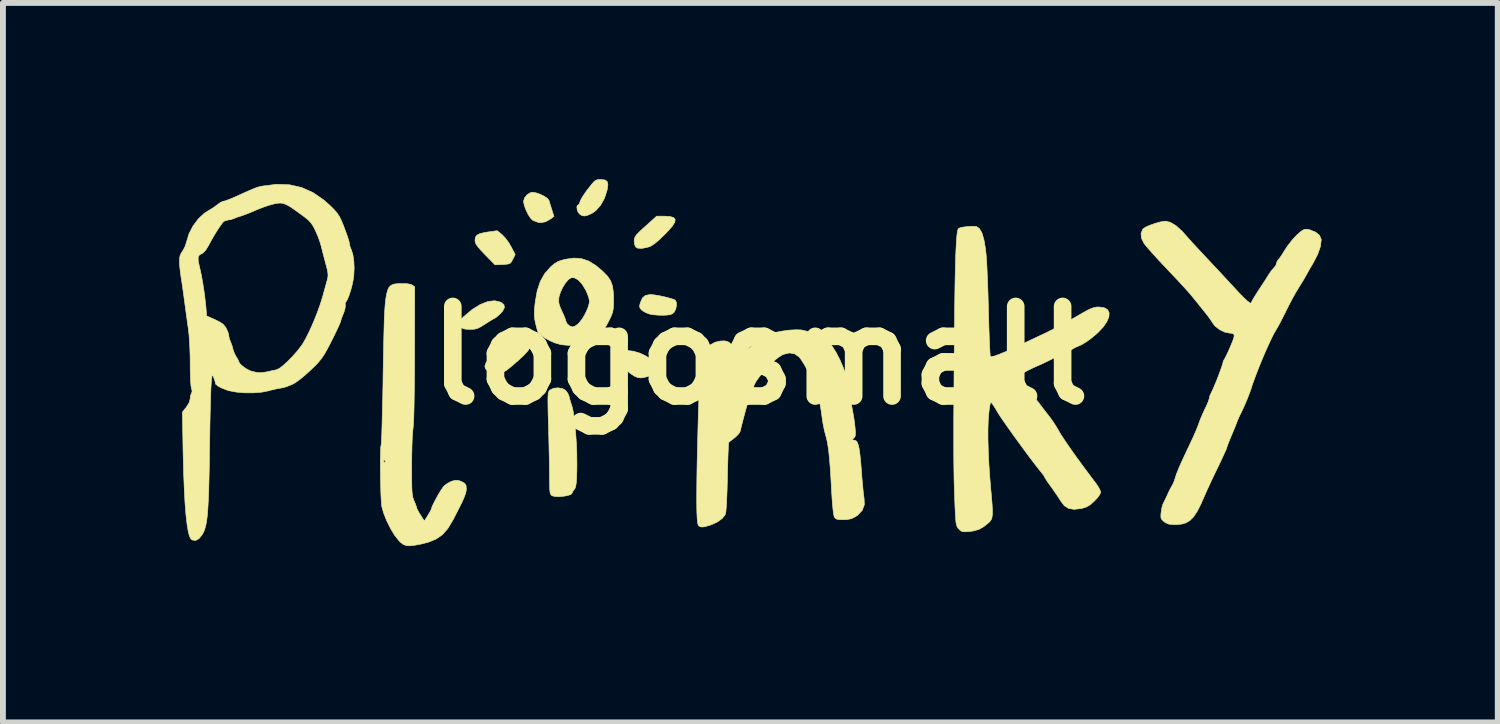
<source format=kicad_pcb>
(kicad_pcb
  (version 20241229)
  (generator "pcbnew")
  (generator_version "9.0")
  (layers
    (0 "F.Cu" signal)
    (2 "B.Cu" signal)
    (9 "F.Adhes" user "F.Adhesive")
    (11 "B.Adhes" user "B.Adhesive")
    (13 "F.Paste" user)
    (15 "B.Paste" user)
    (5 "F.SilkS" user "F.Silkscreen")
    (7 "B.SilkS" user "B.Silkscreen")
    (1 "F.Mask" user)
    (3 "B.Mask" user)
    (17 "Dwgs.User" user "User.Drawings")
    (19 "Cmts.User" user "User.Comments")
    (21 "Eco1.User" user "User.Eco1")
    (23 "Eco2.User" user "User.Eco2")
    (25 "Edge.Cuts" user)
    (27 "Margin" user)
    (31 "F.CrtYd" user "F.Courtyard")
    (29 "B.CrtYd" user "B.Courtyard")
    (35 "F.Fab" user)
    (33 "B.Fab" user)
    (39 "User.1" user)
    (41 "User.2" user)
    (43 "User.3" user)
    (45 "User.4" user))
  (footprint "logosmall"
    (layer "F.Cu")
    (at 9.881 3)
    (property "Reference" "logosmall" (at 0 0 0) (layer "F.SilkS") (effects (font (size 1.524 1.524) (thickness 0.3))))
    (attr through_hole)
    (fp_poly (pts (xy -4.389 -2.059) (xy -4.335 -2.003) (xy -4.277 -1.926) (xy -4.236 -1.856) (xy -4.164 -1.719) (xy -4.204 -1.638) (xy -4.228 -1.593) (xy -4.252 -1.568) (xy -4.29 -1.556) (xy -4.355 -1.55) (xy -4.375 -1.549) (xy -4.506 -1.543) (xy -4.677 -1.717) (xy -4.753 -1.797) (xy -4.803 -1.856) (xy -4.832 -1.899) (xy -4.845 -1.936) (xy -4.847 -1.959) (xy -4.841 -2.011) (xy -4.816 -2.047) (xy -4.767 -2.073) (xy -4.687 -2.092) (xy -4.628 -2.102) (xy -4.471 -2.124) (xy -4.389 -2.059)) (stroke (width 0.01) (type solid)) (fill yes) (layer "F.SilkS"))
    (fp_poly (pts (xy -3.807 -2.768) (xy -3.735 -2.743) (xy -3.666 -2.708) (xy -3.612 -2.671) (xy -3.588 -2.638) (xy -3.575 -2.593) (xy -3.554 -2.525) (xy -3.54 -2.48) (xy -3.504 -2.368) (xy -3.556 -2.327) (xy -3.649 -2.275) (xy -3.736 -2.26) (xy -3.769 -2.265) (xy -3.83 -2.287) (xy -3.868 -2.304) (xy -3.903 -2.339) (xy -3.943 -2.401) (xy -3.98 -2.477) (xy -4.008 -2.553) (xy -4.021 -2.616) (xy -4.022 -2.624) (xy -4.003 -2.685) (xy -3.958 -2.739) (xy -3.899 -2.773) (xy -3.869 -2.778) (xy -3.807 -2.768)) (stroke (width 0.01) (type solid)) (fill yes) (layer "F.SilkS"))
    (fp_poly (pts (xy -1.528 -2.365) (xy -1.467 -2.347) (xy -1.441 -2.315) (xy -1.449 -2.266) (xy -1.492 -2.199) (xy -1.57 -2.11) (xy -1.625 -2.054) (xy -1.72 -1.963) (xy -1.795 -1.901) (xy -1.855 -1.862) (xy -1.897 -1.846) (xy -2.004 -1.823) (xy -2.079 -1.827) (xy -2.112 -1.846) (xy -2.129 -1.883) (xy -2.138 -1.94) (xy -2.138 -1.95) (xy -2.135 -1.985) (xy -2.124 -2.017) (xy -2.1 -2.053) (xy -2.056 -2.099) (xy -1.988 -2.163) (xy -1.947 -2.199) (xy -1.756 -2.371) (xy -1.623 -2.371) (xy -1.528 -2.365)) (stroke (width 0.01) (type solid)) (fill yes) (layer "F.SilkS"))
    (fp_poly (pts (xy -2.152 -0.073) (xy -2.05 -0.043) (xy -1.951 0.002) (xy -1.865 0.056) (xy -1.799 0.114) (xy -1.762 0.172) (xy -1.757 0.2) (xy -1.776 0.259) (xy -1.828 0.313) (xy -1.902 0.355) (xy -1.987 0.378) (xy -2.026 0.381) (xy -2.073 0.376) (xy -2.12 0.359) (xy -2.178 0.323) (xy -2.256 0.265) (xy -2.261 0.26) (xy -2.331 0.201) (xy -2.386 0.147) (xy -2.42 0.105) (xy -2.426 0.093) (xy -2.425 0.043) (xy -2.405 -0.016) (xy -2.404 -0.019) (xy -2.381 -0.056) (xy -2.355 -0.076) (xy -2.311 -0.083) (xy -2.248 -0.084) (xy -2.152 -0.073)) (stroke (width 0.01) (type solid)) (fill yes) (layer "F.SilkS"))
    (fp_poly (pts (xy -4.411 -0.908) (xy -4.403 -0.904) (xy -4.355 -0.865) (xy -4.347 -0.815) (xy -4.379 -0.753) (xy -4.417 -0.712) (xy -4.464 -0.669) (xy -4.499 -0.641) (xy -4.51 -0.635) (xy -4.533 -0.624) (xy -4.581 -0.595) (xy -4.647 -0.554) (xy -4.668 -0.54) (xy -4.746 -0.491) (xy -4.804 -0.462) (xy -4.857 -0.448) (xy -4.92 -0.445) (xy -4.933 -0.445) (xy -5.014 -0.449) (xy -5.065 -0.465) (xy -5.087 -0.483) (xy -5.116 -0.528) (xy -5.115 -0.571) (xy -5.08 -0.621) (xy -5.043 -0.658) (xy -4.897 -0.781) (xy -4.758 -0.868) (xy -4.63 -0.918) (xy -4.513 -0.932) (xy -4.411 -0.908)) (stroke (width 0.01) (type solid)) (fill yes) (layer "F.SilkS"))
    (fp_poly (pts (xy -1.795 -1.031) (xy -1.714 -1.018) (xy -1.624 -0.999) (xy -1.539 -0.977) (xy -1.473 -0.957) (xy -1.442 -0.943) (xy -1.422 -0.91) (xy -1.419 -0.854) (xy -1.431 -0.792) (xy -1.457 -0.74) (xy -1.458 -0.739) (xy -1.486 -0.712) (xy -1.524 -0.696) (xy -1.583 -0.688) (xy -1.643 -0.685) (xy -1.734 -0.687) (xy -1.822 -0.695) (xy -1.878 -0.706) (xy -1.946 -0.732) (xy -2.003 -0.767) (xy -2.013 -0.776) (xy -2.041 -0.81) (xy -2.047 -0.843) (xy -2.034 -0.896) (xy -2.032 -0.903) (xy -1.998 -0.979) (xy -1.95 -1.021) (xy -1.879 -1.036) (xy -1.853 -1.037) (xy -1.795 -1.031)) (stroke (width 0.01) (type solid)) (fill yes) (layer "F.SilkS"))
    (fp_poly (pts (xy -4.012 -0.285) (xy -3.971 -0.268) (xy -3.925 -0.23) (xy -3.905 -0.188) (xy -3.911 -0.14) (xy -3.946 -0.081) (xy -4.012 -0.008) (xy -4.11 0.083) (xy -4.174 0.139) (xy -4.255 0.207) (xy -4.313 0.252) (xy -4.356 0.278) (xy -4.395 0.292) (xy -4.437 0.296) (xy -4.471 0.296) (xy -4.556 0.289) (xy -4.62 0.27) (xy -4.631 0.263) (xy -4.669 0.225) (xy -4.68 0.181) (xy -4.661 0.127) (xy -4.612 0.057) (xy -4.529 -0.031) (xy -4.514 -0.046) (xy -4.439 -0.116) (xy -4.368 -0.179) (xy -4.309 -0.224) (xy -4.281 -0.242) (xy -4.188 -0.276) (xy -4.094 -0.291) (xy -4.012 -0.285)) (stroke (width 0.01) (type solid)) (fill yes) (layer "F.SilkS"))
    (fp_poly (pts (xy -2.64 -2.988) (xy -2.6 -2.964) (xy -2.586 -2.915) (xy -2.595 -2.835) (xy -2.601 -2.81) (xy -2.644 -2.676) (xy -2.71 -2.558) (xy -2.79 -2.467) (xy -2.857 -2.42) (xy -2.933 -2.386) (xy -2.986 -2.374) (xy -3.03 -2.383) (xy -3.064 -2.404) (xy -3.092 -2.437) (xy -3.109 -2.484) (xy -3.114 -2.529) (xy -3.103 -2.558) (xy -3.092 -2.561) (xy -3.074 -2.579) (xy -3.059 -2.619) (xy -3.041 -2.662) (xy -3.002 -2.726) (xy -2.95 -2.801) (xy -2.923 -2.836) (xy -2.865 -2.91) (xy -2.824 -2.957) (xy -2.792 -2.982) (xy -2.759 -2.993) (xy -2.717 -2.995) (xy -2.71 -2.995) (xy -2.64 -2.988)) (stroke (width 0.01) (type solid)) (fill yes) (layer "F.SilkS"))
    (fp_poly (pts (xy -3.357 0.564) (xy -3.306 0.593) (xy -3.267 0.645) (xy -3.247 0.694) (xy -3.234 0.746) (xy -3.212 0.819) (xy -3.196 0.868) (xy -3.178 0.945) (xy -3.16 1.057) (xy -3.145 1.195) (xy -3.132 1.351) (xy -3.121 1.517) (xy -3.115 1.685) (xy -3.113 1.847) (xy -3.114 1.961) (xy -3.119 2.08) (xy -3.124 2.165) (xy -3.133 2.221) (xy -3.144 2.258) (xy -3.159 2.28) (xy -3.187 2.319) (xy -3.196 2.343) (xy -3.215 2.364) (xy -3.265 2.381) (xy -3.332 2.394) (xy -3.406 2.401) (xy -3.475 2.4) (xy -3.525 2.39) (xy -3.53 2.388) (xy -3.548 2.377) (xy -3.561 2.361) (xy -3.57 2.332) (xy -3.575 2.285) (xy -3.577 2.211) (xy -3.579 2.105) (xy -3.579 2.055) (xy -3.58 1.945) (xy -3.582 1.803) (xy -3.586 1.639) (xy -3.59 1.464) (xy -3.594 1.288) (xy -3.597 1.185) (xy -3.602 1.017) (xy -3.605 0.885) (xy -3.606 0.786) (xy -3.606 0.714) (xy -3.603 0.664) (xy -3.598 0.63) (xy -3.59 0.609) (xy -3.579 0.595) (xy -3.572 0.587) (xy -3.511 0.558) (xy -3.433 0.55) (xy -3.357 0.564)) (stroke (width 0.01) (type solid)) (fill yes) (layer "F.SilkS"))
    (fp_poly (pts (xy -3.038 -1.649) (xy -2.917 -1.609) (xy -2.794 -1.534) (xy -2.673 -1.433) (xy -2.595 -1.353) (xy -2.542 -1.276) (xy -2.51 -1.19) (xy -2.494 -1.084) (xy -2.489 -0.963) (xy -2.49 -0.864) (xy -2.495 -0.793) (xy -2.506 -0.735) (xy -2.527 -0.678) (xy -2.561 -0.606) (xy -2.568 -0.593) (xy -2.608 -0.516) (xy -2.643 -0.462) (xy -2.684 -0.42) (xy -2.741 -0.377) (xy -2.819 -0.328) (xy -2.976 -0.242) (xy -3.118 -0.191) (xy -3.252 -0.172) (xy -3.385 -0.185) (xy -3.489 -0.215) (xy -3.572 -0.251) (xy -3.655 -0.297) (xy -3.726 -0.346) (xy -3.771 -0.39) (xy -3.772 -0.391) (xy -3.784 -0.421) (xy -3.8 -0.479) (xy -3.818 -0.551) (xy -3.832 -0.622) (xy -3.838 -0.687) (xy -3.837 -0.759) (xy -3.829 -0.852) (xy -3.821 -0.918) (xy -3.819 -0.93) (xy -3.424 -0.93) (xy -3.417 -0.876) (xy -3.395 -0.812) (xy -3.368 -0.753) (xy -3.335 -0.681) (xy -3.312 -0.623) (xy -3.302 -0.59) (xy -3.302 -0.589) (xy -3.284 -0.546) (xy -3.243 -0.507) (xy -3.193 -0.487) (xy -3.186 -0.487) (xy -3.144 -0.501) (xy -3.093 -0.538) (xy -3.075 -0.556) (xy -3.019 -0.627) (xy -2.968 -0.716) (xy -2.927 -0.809) (xy -2.903 -0.892) (xy -2.9 -0.923) (xy -2.909 -0.976) (xy -2.934 -1.049) (xy -2.963 -1.114) (xy -3.025 -1.216) (xy -3.091 -1.287) (xy -3.158 -1.323) (xy -3.209 -1.324) (xy -3.255 -1.295) (xy -3.306 -1.237) (xy -3.355 -1.16) (xy -3.394 -1.076) (xy -3.418 -0.996) (xy -3.419 -0.99) (xy -3.424 -0.93) (xy -3.819 -0.93) (xy -3.788 -1.105) (xy -3.736 -1.26) (xy -3.663 -1.391) (xy -3.565 -1.503) (xy -3.56 -1.508) (xy -3.494 -1.564) (xy -3.432 -1.6) (xy -3.355 -1.626) (xy -3.307 -1.638) (xy -3.166 -1.658) (xy -3.038 -1.649)) (stroke (width 0.01) (type solid)) (fill yes) (layer "F.SilkS"))
    (fp_poly (pts (xy -6.012 -1.223) (xy -5.942 -1.211) (xy -5.919 -1.2) (xy -5.874 -1.17) (xy -5.876 -0.04) (xy -5.877 0.237) (xy -5.879 0.485) (xy -5.882 0.703) (xy -5.885 0.888) (xy -5.889 1.037) (xy -5.894 1.15) (xy -5.9 1.223) (xy -5.902 1.238) (xy -5.909 1.303) (xy -5.915 1.402) (xy -5.92 1.526) (xy -5.923 1.667) (xy -5.925 1.817) (xy -5.926 1.884) (xy -5.925 2.044) (xy -5.924 2.169) (xy -5.922 2.263) (xy -5.918 2.332) (xy -5.911 2.384) (xy -5.903 2.424) (xy -5.891 2.458) (xy -5.884 2.474) (xy -5.859 2.533) (xy -5.844 2.577) (xy -5.842 2.588) (xy -5.831 2.617) (xy -5.804 2.668) (xy -5.776 2.713) (xy -5.71 2.816) (xy -5.649 2.72) (xy -5.615 2.663) (xy -5.593 2.62) (xy -5.588 2.606) (xy -5.578 2.572) (xy -5.55 2.513) (xy -5.512 2.44) (xy -5.469 2.362) (xy -5.426 2.292) (xy -5.39 2.239) (xy -5.377 2.223) (xy -5.318 2.177) (xy -5.247 2.141) (xy -5.235 2.137) (xy -5.171 2.123) (xy -5.12 2.129) (xy -5.072 2.148) (xy -5.022 2.177) (xy -5 2.21) (xy -4.995 2.265) (xy -4.995 2.267) (xy -4.998 2.305) (xy -5.009 2.351) (xy -5.03 2.408) (xy -5.063 2.484) (xy -5.111 2.582) (xy -5.176 2.709) (xy -5.226 2.805) (xy -5.31 2.944) (xy -5.401 3.048) (xy -5.508 3.123) (xy -5.641 3.177) (xy -5.758 3.207) (xy -5.874 3.229) (xy -5.959 3.239) (xy -6.023 3.233) (xy -6.073 3.212) (xy -6.121 3.173) (xy -6.147 3.146) (xy -6.217 3.056) (xy -6.287 2.939) (xy -6.352 2.809) (xy -6.402 2.682) (xy -6.433 2.572) (xy -6.439 2.516) (xy -6.445 2.431) (xy -6.45 2.323) (xy -6.453 2.199) (xy -6.456 2.068) (xy -6.457 1.936) (xy -6.458 1.811) (xy -6.457 1.791) (xy -6.406 1.791) (xy -6.403 1.799) (xy -6.384 1.819) (xy -6.381 1.82) (xy -6.371 1.804) (xy -6.371 1.799) (xy -6.387 1.779) (xy -6.394 1.778) (xy -6.406 1.791) (xy -6.457 1.791) (xy -6.456 1.699) (xy -6.454 1.609) (xy -6.45 1.548) (xy -6.445 1.523) (xy -6.442 1.498) (xy -6.438 1.435) (xy -6.434 1.337) (xy -6.43 1.209) (xy -6.426 1.054) (xy -6.422 0.878) (xy -6.417 0.683) (xy -6.413 0.473) (xy -6.412 0.374) (xy -6.407 0.077) (xy -6.402 -0.18) (xy -6.397 -0.4) (xy -6.392 -0.587) (xy -6.385 -0.743) (xy -6.376 -0.871) (xy -6.364 -0.973) (xy -6.35 -1.053) (xy -6.333 -1.113) (xy -6.312 -1.157) (xy -6.286 -1.187) (xy -6.255 -1.205) (xy -6.219 -1.216) (xy -6.176 -1.221) (xy -6.127 -1.223) (xy -6.118 -1.223) (xy -6.012 -1.223)) (stroke (width 0.01) (type solid)) (fill yes) (layer "F.SilkS"))
    (fp_poly (pts (xy 0.703 -0.435) (xy 0.848 -0.403) (xy 0.99 -0.345) (xy 1.118 -0.266) (xy 1.218 -0.173) (xy 1.232 -0.155) (xy 1.297 -0.054) (xy 1.362 0.072) (xy 1.423 0.214) (xy 1.475 0.36) (xy 1.516 0.5) (xy 1.54 0.622) (xy 1.545 0.691) (xy 1.55 0.76) (xy 1.561 0.848) (xy 1.575 0.925) (xy 1.594 1.026) (xy 1.611 1.141) (xy 1.62 1.223) (xy 1.627 1.305) (xy 1.626 1.355) (xy 1.617 1.386) (xy 1.597 1.406) (xy 1.596 1.408) (xy 1.569 1.431) (xy 1.577 1.438) (xy 1.6 1.439) (xy 1.629 1.446) (xy 1.653 1.469) (xy 1.672 1.514) (xy 1.689 1.583) (xy 1.703 1.683) (xy 1.717 1.816) (xy 1.728 1.958) (xy 1.738 2.089) (xy 1.749 2.211) (xy 1.759 2.315) (xy 1.768 2.392) (xy 1.774 2.434) (xy 1.778 2.541) (xy 1.741 2.636) (xy 1.665 2.717) (xy 1.628 2.742) (xy 1.561 2.776) (xy 1.488 2.791) (xy 1.419 2.794) (xy 1.346 2.792) (xy 1.303 2.783) (xy 1.278 2.763) (xy 1.267 2.746) (xy 1.257 2.709) (xy 1.247 2.637) (xy 1.237 2.538) (xy 1.228 2.42) (xy 1.224 2.349) (xy 1.211 2.119) (xy 1.199 1.926) (xy 1.186 1.767) (xy 1.173 1.636) (xy 1.158 1.529) (xy 1.142 1.442) (xy 1.124 1.37) (xy 1.122 1.365) (xy 1.097 1.268) (xy 1.074 1.153) (xy 1.058 1.044) (xy 1.057 1.037) (xy 1.044 0.94) (xy 1.027 0.845) (xy 1.01 0.772) (xy 1.007 0.762) (xy 0.985 0.685) (xy 0.966 0.611) (xy 0.962 0.593) (xy 0.943 0.53) (xy 0.906 0.442) (xy 0.857 0.341) (xy 0.803 0.237) (xy 0.749 0.141) (xy 0.7 0.065) (xy 0.67 0.026) (xy 0.593 -0.028) (xy 0.502 -0.044) (xy 0.402 -0.02) (xy 0.375 -0.007) (xy 0.307 0.037) (xy 0.229 0.103) (xy 0.147 0.183) (xy 0.067 0.27) (xy -0.005 0.357) (xy -0.062 0.437) (xy -0.097 0.502) (xy -0.106 0.538) (xy -0.116 0.576) (xy -0.141 0.629) (xy -0.146 0.639) (xy -0.166 0.685) (xy -0.193 0.764) (xy -0.225 0.868) (xy -0.258 0.988) (xy -0.292 1.117) (xy -0.324 1.245) (xy -0.333 1.286) (xy -0.355 1.326) (xy -0.401 1.376) (xy -0.431 1.401) (xy -0.483 1.441) (xy -0.519 1.469) (xy -0.529 1.477) (xy -0.532 1.499) (xy -0.536 1.559) (xy -0.54 1.649) (xy -0.544 1.766) (xy -0.548 1.903) (xy -0.552 2.055) (xy -0.552 2.071) (xy -0.557 2.28) (xy -0.564 2.448) (xy -0.571 2.574) (xy -0.579 2.66) (xy -0.589 2.707) (xy -0.59 2.71) (xy -0.641 2.773) (xy -0.723 2.833) (xy -0.827 2.88) (xy -0.859 2.891) (xy -0.933 2.912) (xy -0.979 2.919) (xy -1.011 2.914) (xy -1.036 2.901) (xy -1.05 2.883) (xy -1.059 2.844) (xy -1.066 2.778) (xy -1.071 2.68) (xy -1.073 2.6) (xy -1.074 2.503) (xy -1.074 2.377) (xy -1.073 2.226) (xy -1.071 2.057) (xy -1.068 1.873) (xy -1.064 1.681) (xy -1.059 1.484) (xy -1.054 1.289) (xy -1.049 1.099) (xy -1.044 0.921) (xy -1.038 0.759) (xy -1.032 0.618) (xy -1.027 0.504) (xy -1.022 0.421) (xy -1.017 0.374) (xy -1.016 0.37) (xy -1.004 0.307) (xy -0.988 0.219) (xy -0.973 0.127) (xy -0.972 0.123) (xy -0.943 -0.014) (xy -0.9 -0.114) (xy -0.841 -0.183) (xy -0.76 -0.226) (xy -0.674 -0.246) (xy -0.598 -0.249) (xy -0.541 -0.233) (xy -0.519 -0.22) (xy -0.455 -0.155) (xy -0.418 -0.069) (xy -0.416 0.024) (xy -0.416 0.025) (xy -0.429 0.095) (xy -0.336 0.009) (xy -0.236 -0.081) (xy -0.134 -0.168) (xy -0.038 -0.245) (xy 0.043 -0.305) (xy 0.085 -0.332) (xy 0.158 -0.364) (xy 0.261 -0.392) (xy 0.38 -0.415) (xy 0.504 -0.432) (xy 0.619 -0.438) (xy 0.703 -0.435)) (stroke (width 0.01) (type solid)) (fill yes) (layer "F.SilkS"))
    (fp_poly (pts (xy 3.676 -2.196) (xy 3.688 -2.194) (xy 3.737 -2.16) (xy 3.779 -2.086) (xy 3.813 -1.973) (xy 3.839 -1.823) (xy 3.852 -1.704) (xy 3.858 -1.62) (xy 3.865 -1.5) (xy 3.871 -1.354) (xy 3.878 -1.187) (xy 3.884 -1.008) (xy 3.889 -0.823) (xy 3.891 -0.729) (xy 3.896 -0.558) (xy 3.901 -0.4) (xy 3.906 -0.26) (xy 3.911 -0.143) (xy 3.916 -0.055) (xy 3.92 -0.001) (xy 3.923 0.016) (xy 3.944 0.021) (xy 3.991 0.01) (xy 4.068 -0.018) (xy 4.177 -0.063) (xy 4.319 -0.127) (xy 4.413 -0.171) (xy 4.502 -0.213) (xy 4.613 -0.265) (xy 4.733 -0.322) (xy 4.836 -0.37) (xy 4.952 -0.427) (xy 5.088 -0.497) (xy 5.229 -0.573) (xy 5.358 -0.646) (xy 5.377 -0.657) (xy 5.489 -0.722) (xy 5.572 -0.768) (xy 5.635 -0.798) (xy 5.684 -0.815) (xy 5.728 -0.824) (xy 5.771 -0.826) (xy 5.861 -0.813) (xy 5.919 -0.779) (xy 5.944 -0.726) (xy 5.94 -0.657) (xy 5.906 -0.577) (xy 5.845 -0.487) (xy 5.756 -0.392) (xy 5.642 -0.295) (xy 5.567 -0.24) (xy 5.502 -0.2) (xy 5.443 -0.169) (xy 5.419 -0.159) (xy 5.361 -0.134) (xy 5.313 -0.106) (xy 5.255 -0.073) (xy 5.207 -0.053) (xy 5.161 -0.035) (xy 5.094 -0.003) (xy 5.027 0.031) (xy 4.946 0.073) (xy 4.844 0.122) (xy 4.742 0.169) (xy 4.72 0.178) (xy 4.634 0.217) (xy 4.559 0.254) (xy 4.506 0.283) (xy 4.493 0.292) (xy 4.446 0.328) (xy 4.497 0.439) (xy 4.531 0.499) (xy 4.583 0.582) (xy 4.648 0.675) (xy 4.714 0.763) (xy 4.784 0.854) (xy 4.851 0.942) (xy 4.909 1.016) (xy 4.946 1.065) (xy 4.997 1.136) (xy 5.044 1.21) (xy 5.059 1.236) (xy 5.121 1.342) (xy 5.211 1.478) (xy 5.327 1.645) (xy 5.471 1.844) (xy 5.642 2.074) (xy 5.725 2.183) (xy 5.766 2.245) (xy 5.793 2.3) (xy 5.8 2.328) (xy 5.784 2.368) (xy 5.742 2.425) (xy 5.694 2.476) (xy 5.625 2.538) (xy 5.564 2.575) (xy 5.494 2.598) (xy 5.468 2.604) (xy 5.349 2.618) (xy 5.256 2.603) (xy 5.182 2.557) (xy 5.126 2.484) (xy 5.086 2.421) (xy 5.031 2.34) (xy 4.972 2.255) (xy 4.959 2.237) (xy 4.909 2.168) (xy 4.871 2.111) (xy 4.85 2.077) (xy 4.848 2.071) (xy 4.835 2.046) (xy 4.805 2.007) (xy 4.749 1.938) (xy 4.677 1.845) (xy 4.593 1.735) (xy 4.503 1.613) (xy 4.409 1.485) (xy 4.317 1.358) (xy 4.231 1.237) (xy 4.154 1.128) (xy 4.092 1.037) (xy 4.049 0.97) (xy 4.033 0.942) (xy 3.996 0.88) (xy 3.961 0.828) (xy 3.943 0.806) (xy 3.93 0.8) (xy 3.921 0.817) (xy 3.912 0.863) (xy 3.901 0.942) (xy 3.897 0.976) (xy 3.887 1.096) (xy 3.882 1.25) (xy 3.882 1.432) (xy 3.888 1.635) (xy 3.898 1.85) (xy 3.913 2.07) (xy 3.928 2.252) (xy 3.943 2.415) (xy 3.953 2.541) (xy 3.958 2.637) (xy 3.957 2.707) (xy 3.95 2.758) (xy 3.937 2.794) (xy 3.917 2.822) (xy 3.9 2.84) (xy 3.81 2.913) (xy 3.728 2.959) (xy 3.637 2.985) (xy 3.577 2.994) (xy 3.501 3) (xy 3.454 2.998) (xy 3.422 2.985) (xy 3.391 2.958) (xy 3.386 2.952) (xy 3.369 2.933) (xy 3.356 2.911) (xy 3.346 2.882) (xy 3.338 2.839) (xy 3.332 2.776) (xy 3.327 2.688) (xy 3.321 2.569) (xy 3.316 2.438) (xy 3.312 2.322) (xy 3.308 2.203) (xy 3.305 2.08) (xy 3.303 1.947) (xy 3.301 1.804) (xy 3.3 1.645) (xy 3.3 1.468) (xy 3.3 1.27) (xy 3.3 1.048) (xy 3.302 0.799) (xy 3.304 0.519) (xy 3.306 0.205) (xy 3.309 -0.145) (xy 3.312 -0.434) (xy 3.315 -0.763) (xy 3.319 -1.051) (xy 3.323 -1.302) (xy 3.328 -1.515) (xy 3.333 -1.695) (xy 3.34 -1.842) (xy 3.347 -1.959) (xy 3.354 -2.048) (xy 3.363 -2.11) (xy 3.373 -2.148) (xy 3.381 -2.162) (xy 3.413 -2.175) (xy 3.473 -2.187) (xy 3.547 -2.195) (xy 3.619 -2.199) (xy 3.676 -2.196)) (stroke (width 0.01) (type solid)) (fill yes) (layer "F.SilkS"))
    (fp_poly (pts (xy 6.985 -2.267) (xy 7.081 -2.21) (xy 7.182 -2.12) (xy 7.227 -2.07) (xy 7.284 -2.005) (xy 7.361 -1.919) (xy 7.45 -1.823) (xy 7.54 -1.726) (xy 7.563 -1.702) (xy 7.657 -1.602) (xy 7.768 -1.483) (xy 7.886 -1.357) (xy 7.999 -1.235) (xy 8.051 -1.179) (xy 8.157 -1.064) (xy 8.24 -0.98) (xy 8.299 -0.925) (xy 8.339 -0.896) (xy 8.361 -0.891) (xy 8.368 -0.909) (xy 8.379 -0.934) (xy 8.409 -0.985) (xy 8.453 -1.056) (xy 8.491 -1.115) (xy 8.548 -1.202) (xy 8.602 -1.284) (xy 8.643 -1.35) (xy 8.66 -1.377) (xy 8.7 -1.436) (xy 8.742 -1.485) (xy 8.748 -1.492) (xy 8.781 -1.533) (xy 8.791 -1.567) (xy 8.807 -1.611) (xy 8.822 -1.629) (xy 8.849 -1.661) (xy 8.886 -1.716) (xy 8.915 -1.764) (xy 8.98 -1.863) (xy 9.059 -1.965) (xy 9.142 -2.054) (xy 9.215 -2.117) (xy 9.263 -2.145) (xy 9.308 -2.15) (xy 9.359 -2.139) (xy 9.459 -2.099) (xy 9.525 -2.044) (xy 9.553 -1.977) (xy 9.553 -1.963) (xy 9.539 -1.852) (xy 9.494 -1.724) (xy 9.417 -1.575) (xy 9.406 -1.556) (xy 9.36 -1.479) (xy 9.316 -1.4) (xy 9.297 -1.365) (xy 9.262 -1.304) (xy 9.214 -1.225) (xy 9.163 -1.144) (xy 9.163 -1.143) (xy 9.118 -1.069) (xy 9.063 -0.969) (xy 9.004 -0.858) (xy 8.951 -0.751) (xy 8.901 -0.651) (xy 8.854 -0.56) (xy 8.815 -0.487) (xy 8.788 -0.442) (xy 8.786 -0.438) (xy 8.75 -0.378) (xy 8.704 -0.286) (xy 8.65 -0.169) (xy 8.591 -0.037) (xy 8.532 0.104) (xy 8.475 0.245) (xy 8.424 0.379) (xy 8.381 0.497) (xy 8.358 0.572) (xy 8.333 0.641) (xy 8.297 0.734) (xy 8.255 0.834) (xy 8.213 0.926) (xy 8.179 0.996) (xy 8.175 1.003) (xy 8.153 1.05) (xy 8.127 1.111) (xy 8.124 1.119) (xy 8.103 1.174) (xy 8.071 1.254) (xy 8.034 1.343) (xy 8.02 1.375) (xy 7.987 1.456) (xy 7.961 1.522) (xy 7.947 1.564) (xy 7.945 1.573) (xy 7.936 1.598) (xy 7.911 1.653) (xy 7.874 1.734) (xy 7.828 1.832) (xy 7.789 1.913) (xy 7.731 2.032) (xy 7.676 2.149) (xy 7.627 2.255) (xy 7.589 2.338) (xy 7.575 2.371) (xy 7.505 2.53) (xy 7.442 2.653) (xy 7.382 2.744) (xy 7.32 2.807) (xy 7.251 2.848) (xy 7.171 2.87) (xy 7.076 2.878) (xy 7.045 2.878) (xy 6.961 2.87) (xy 6.899 2.843) (xy 6.878 2.827) (xy 6.842 2.793) (xy 6.826 2.76) (xy 6.825 2.71) (xy 6.829 2.671) (xy 6.84 2.6) (xy 6.855 2.543) (xy 6.862 2.526) (xy 6.881 2.487) (xy 6.911 2.424) (xy 6.941 2.36) (xy 6.974 2.289) (xy 7.005 2.231) (xy 7.023 2.201) (xy 7.042 2.162) (xy 7.064 2.101) (xy 7.073 2.069) (xy 7.09 2.017) (xy 7.123 1.935) (xy 7.167 1.833) (xy 7.22 1.718) (xy 7.264 1.625) (xy 7.321 1.504) (xy 7.375 1.388) (xy 7.42 1.286) (xy 7.453 1.205) (xy 7.468 1.164) (xy 7.498 1.083) (xy 7.539 0.987) (xy 7.577 0.905) (xy 7.612 0.832) (xy 7.637 0.77) (xy 7.648 0.731) (xy 7.648 0.729) (xy 7.658 0.686) (xy 7.68 0.638) (xy 7.703 0.592) (xy 7.733 0.522) (xy 7.769 0.436) (xy 7.805 0.344) (xy 7.837 0.257) (xy 7.863 0.184) (xy 7.879 0.135) (xy 7.881 0.121) (xy 7.894 0.08) (xy 7.9 0.073) (xy 7.916 0.046) (xy 7.944 -0.01) (xy 7.98 -0.087) (xy 8.006 -0.147) (xy 8.047 -0.245) (xy 8.069 -0.311) (xy 8.072 -0.351) (xy 8.054 -0.372) (xy 8.016 -0.38) (xy 7.995 -0.381) (xy 7.912 -0.398) (xy 7.823 -0.441) (xy 7.748 -0.5) (xy 7.712 -0.545) (xy 7.668 -0.613) (xy 7.62 -0.679) (xy 7.613 -0.687) (xy 7.577 -0.733) (xy 7.523 -0.8) (xy 7.462 -0.877) (xy 7.435 -0.91) (xy 7.393 -0.962) (xy 7.356 -1.007) (xy 7.32 -1.05) (xy 7.281 -1.095) (xy 7.234 -1.147) (xy 7.175 -1.211) (xy 7.1 -1.292) (xy 7.004 -1.393) (xy 6.885 -1.52) (xy 6.87 -1.535) (xy 6.778 -1.633) (xy 6.694 -1.726) (xy 6.621 -1.808) (xy 6.567 -1.871) (xy 6.537 -1.91) (xy 6.495 -1.996) (xy 6.487 -2.077) (xy 6.514 -2.144) (xy 6.525 -2.158) (xy 6.568 -2.186) (xy 6.639 -2.217) (xy 6.723 -2.247) (xy 6.808 -2.271) (xy 6.879 -2.285) (xy 6.9 -2.286) (xy 6.985 -2.267)) (stroke (width 0.01) (type solid)) (fill yes) (layer "F.SilkS"))
    (fp_poly (pts (xy -8.006 -2.906) (xy -7.798 -2.859) (xy -7.604 -2.772) (xy -7.419 -2.645) (xy -7.319 -2.556) (xy -7.248 -2.486) (xy -7.197 -2.428) (xy -7.159 -2.372) (xy -7.125 -2.305) (xy -7.087 -2.214) (xy -7.073 -2.176) (xy -7.038 -2.082) (xy -7.009 -1.998) (xy -6.99 -1.935) (xy -6.985 -1.906) (xy -6.975 -1.855) (xy -6.952 -1.797) (xy -6.952 -1.797) (xy -6.926 -1.718) (xy -6.91 -1.611) (xy -6.904 -1.489) (xy -6.91 -1.362) (xy -6.921 -1.285) (xy -6.939 -1.198) (xy -6.963 -1.108) (xy -6.99 -1.026) (xy -7.016 -0.959) (xy -7.039 -0.918) (xy -7.049 -0.91) (xy -7.057 -0.893) (xy -7.054 -0.86) (xy -7.057 -0.811) (xy -7.075 -0.745) (xy -7.089 -0.709) (xy -7.114 -0.647) (xy -7.13 -0.599) (xy -7.133 -0.584) (xy -7.142 -0.558) (xy -7.167 -0.501) (xy -7.205 -0.42) (xy -7.252 -0.323) (xy -7.281 -0.264) (xy -7.348 -0.134) (xy -7.404 -0.033) (xy -7.456 0.046) (xy -7.51 0.112) (xy -7.553 0.159) (xy -7.65 0.253) (xy -7.747 0.34) (xy -7.837 0.414) (xy -7.913 0.467) (xy -7.959 0.492) (xy -8.017 0.515) (xy -8.054 0.53) (xy -8.104 0.545) (xy -8.168 0.557) (xy -8.17 0.557) (xy -8.234 0.569) (xy -8.315 0.588) (xy -8.361 0.601) (xy -8.479 0.624) (xy -8.62 0.635) (xy -8.77 0.635) (xy -8.913 0.622) (xy -9.035 0.599) (xy -9.065 0.59) (xy -9.159 0.553) (xy -9.227 0.517) (xy -9.263 0.484) (xy -9.267 0.468) (xy -9.267 0.454) (xy -9.276 0.426) (xy -9.295 0.373) (xy -9.306 0.344) (xy -9.315 0.334) (xy -9.323 0.352) (xy -9.33 0.4) (xy -9.337 0.48) (xy -9.343 0.593) (xy -9.348 0.741) (xy -9.353 0.925) (xy -9.358 1.148) (xy -9.362 1.41) (xy -9.365 1.598) (xy -9.369 1.871) (xy -9.374 2.105) (xy -9.379 2.304) (xy -9.386 2.471) (xy -9.394 2.61) (xy -9.403 2.724) (xy -9.415 2.816) (xy -9.429 2.891) (xy -9.445 2.951) (xy -9.464 3) (xy -9.486 3.042) (xy -9.487 3.043) (xy -9.544 3.116) (xy -9.602 3.148) (xy -9.659 3.139) (xy -9.677 3.127) (xy -9.703 3.085) (xy -9.726 3.002) (xy -9.747 2.878) (xy -9.766 2.714) (xy -9.782 2.513) (xy -9.795 2.273) (xy -9.806 1.997) (xy -9.814 1.686) (xy -9.815 1.64) (xy -9.827 0.963) (xy -9.761 0.881) (xy -9.709 0.798) (xy -9.694 0.732) (xy -9.688 0.678) (xy -9.672 0.643) (xy -9.661 0.606) (xy -9.672 0.563) (xy -9.68 0.523) (xy -9.686 0.449) (xy -9.691 0.349) (xy -9.694 0.231) (xy -9.694 0.133) (xy -9.696 -0.015) (xy -9.702 -0.163) (xy -9.71 -0.299) (xy -9.72 -0.41) (xy -9.724 -0.442) (xy -9.739 -0.547) (xy -9.757 -0.677) (xy -9.776 -0.814) (xy -9.79 -0.921) (xy -9.806 -1.038) (xy -9.822 -1.153) (xy -9.837 -1.253) (xy -9.848 -1.323) (xy -9.862 -1.42) (xy -9.873 -1.526) (xy -9.876 -1.576) (xy -9.875 -1.62) (xy -9.559 -1.62) (xy -9.542 -1.535) (xy -9.538 -1.519) (xy -9.508 -1.385) (xy -9.479 -1.225) (xy -9.453 -1.054) (xy -9.433 -0.888) (xy -9.428 -0.839) (xy -9.414 -0.673) (xy -9.271 -0.61) (xy -9.187 -0.568) (xy -9.131 -0.529) (xy -9.093 -0.482) (xy -9.083 -0.466) (xy -9.055 -0.405) (xy -9.039 -0.352) (xy -9.038 -0.34) (xy -9.029 -0.287) (xy -9.009 -0.237) (xy -8.984 -0.173) (xy -8.967 -0.109) (xy -8.944 -0.04) (xy -8.911 0.021) (xy -8.883 0.066) (xy -8.869 0.098) (xy -8.869 0.1) (xy -8.852 0.135) (xy -8.807 0.178) (xy -8.748 0.221) (xy -8.684 0.256) (xy -8.651 0.268) (xy -8.559 0.289) (xy -8.482 0.293) (xy -8.399 0.28) (xy -8.377 0.276) (xy -8.304 0.259) (xy -8.237 0.245) (xy -8.225 0.242) (xy -8.178 0.22) (xy -8.112 0.17) (xy -8.035 0.1) (xy -7.954 0.017) (xy -7.875 -0.072) (xy -7.806 -0.161) (xy -7.779 -0.2) (xy -7.722 -0.299) (xy -7.659 -0.427) (xy -7.594 -0.574) (xy -7.532 -0.729) (xy -7.478 -0.879) (xy -7.439 -1.005) (xy -7.413 -1.102) (xy -7.387 -1.195) (xy -7.367 -1.267) (xy -7.362 -1.286) (xy -7.35 -1.336) (xy -7.349 -1.384) (xy -7.357 -1.444) (xy -7.378 -1.528) (xy -7.384 -1.55) (xy -7.411 -1.651) (xy -7.438 -1.754) (xy -7.459 -1.84) (xy -7.461 -1.848) (xy -7.485 -1.931) (xy -7.521 -2.03) (xy -7.562 -2.123) (xy -7.562 -2.124) (xy -7.599 -2.197) (xy -7.634 -2.251) (xy -7.677 -2.299) (xy -7.737 -2.349) (xy -7.812 -2.405) (xy -7.92 -2.482) (xy -8.001 -2.537) (xy -8.065 -2.572) (xy -8.117 -2.59) (xy -8.166 -2.595) (xy -8.22 -2.59) (xy -8.264 -2.581) (xy -8.343 -2.56) (xy -8.443 -2.527) (xy -8.546 -2.487) (xy -8.583 -2.471) (xy -8.673 -2.433) (xy -8.755 -2.401) (xy -8.817 -2.378) (xy -8.838 -2.372) (xy -8.9 -2.352) (xy -8.947 -2.332) (xy -9.006 -2.312) (xy -9.047 -2.307) (xy -9.103 -2.293) (xy -9.135 -2.27) (xy -9.174 -2.219) (xy -9.226 -2.142) (xy -9.284 -2.049) (xy -9.34 -1.951) (xy -9.379 -1.878) (xy -9.429 -1.795) (xy -9.477 -1.745) (xy -9.494 -1.735) (xy -9.537 -1.712) (xy -9.558 -1.676) (xy -9.559 -1.62) (xy -9.875 -1.62) (xy -9.875 -1.655) (xy -9.864 -1.709) (xy -9.838 -1.757) (xy -9.827 -1.772) (xy -9.788 -1.84) (xy -9.76 -1.919) (xy -9.756 -1.935) (xy -9.715 -2.071) (xy -9.646 -2.204) (xy -9.557 -2.324) (xy -9.455 -2.42) (xy -9.384 -2.465) (xy -9.312 -2.508) (xy -9.241 -2.559) (xy -9.233 -2.566) (xy -9.182 -2.603) (xy -9.138 -2.623) (xy -9.128 -2.625) (xy -9.094 -2.633) (xy -9.032 -2.656) (xy -8.952 -2.689) (xy -8.901 -2.712) (xy -8.78 -2.767) (xy -8.69 -2.807) (xy -8.624 -2.835) (xy -8.575 -2.854) (xy -8.535 -2.867) (xy -8.499 -2.876) (xy -8.467 -2.883) (xy -8.228 -2.913) (xy -8.006 -2.906)) (stroke (width 0.01) (type solid)) (fill yes) (layer "F.SilkS")))
  (gr_rect
    (start -3 -3)
    (end 22.439 9.244)
    (stroke (width 0.1) (type default))
    (fill no)
    (layer "Edge.Cuts")))
</source>
